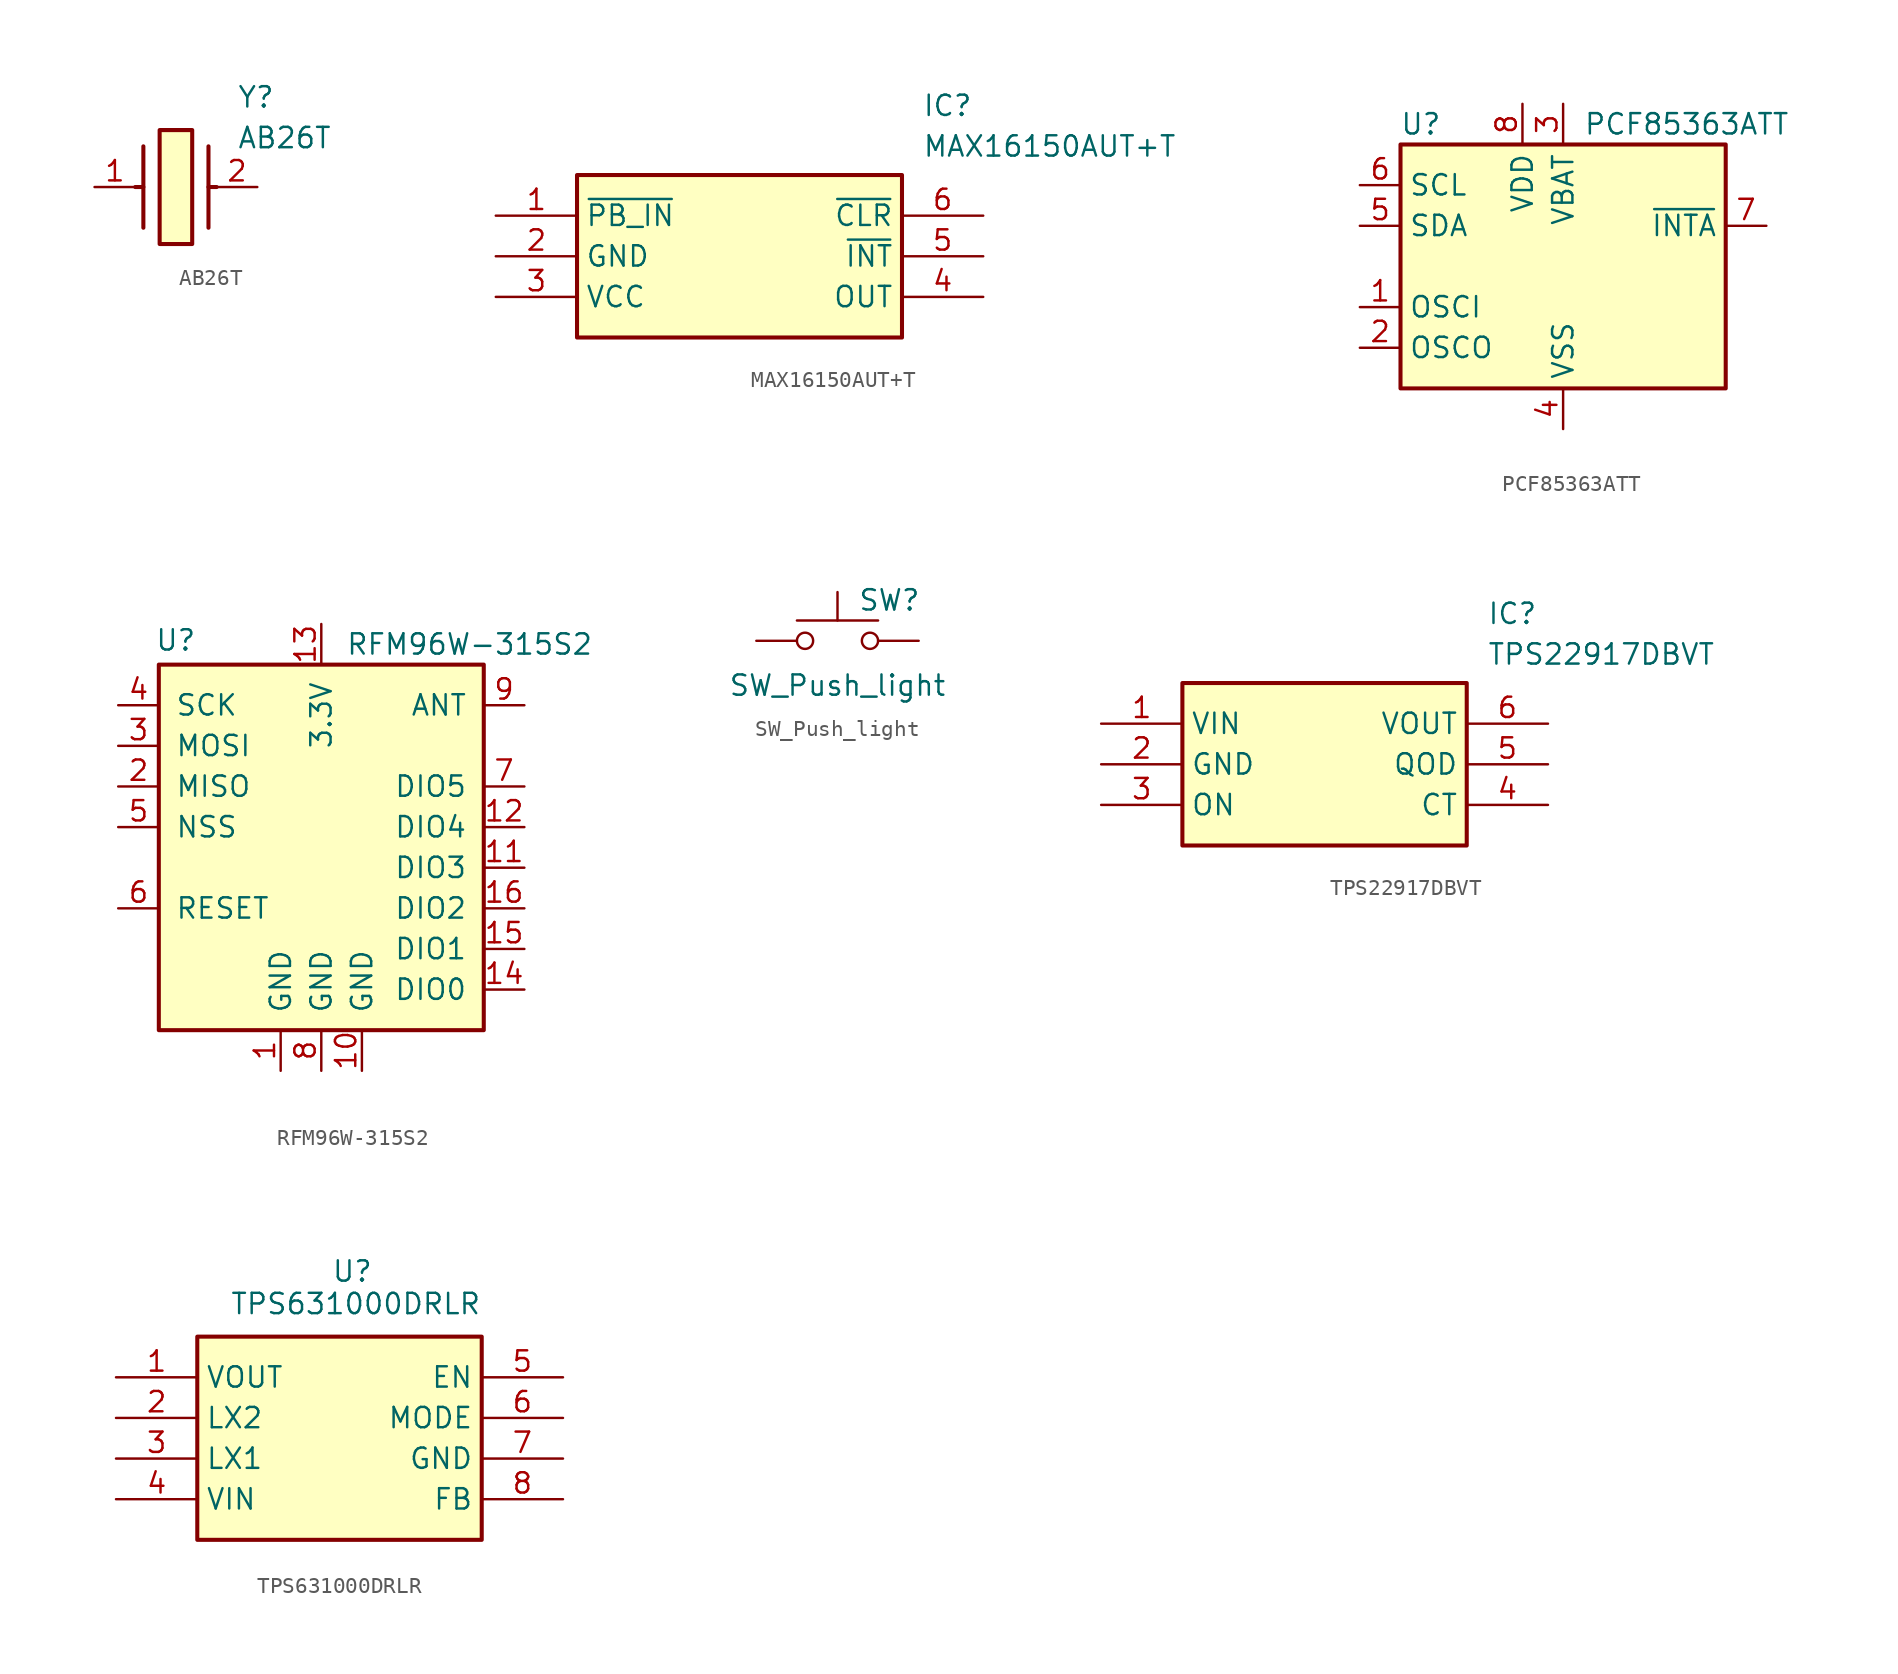
<source format=kicad_sym>
(kicad_symbol_lib
  (version 20231120)
  (generator "kicad_symbol_editor")
  (generator_version "8.0")
  (symbol "AB26T"
    (pin_names hide)
    (property "Reference" "Y"
      (at 8.89 6.35 0)
      (effects (font (size 1.27 1.27)) (justify left top)))
    (property "Value" "AB26T"
      (at 8.89 3.81 0)
      (effects (font (size 1.27 1.27)) (justify left top)))
    (symbol "AB26T_1_1"
      (polyline (pts (xy 3.048 0) (xy 2.54 0)) (stroke (width 0.254) (type default)) (fill (type none)))
      (polyline (pts (xy 3.048 2.54) (xy 3.048 -2.54)) (stroke (width 0.254) (type default)) (fill (type none)))
      (polyline (pts (xy 7.112 0) (xy 7.62 0)) (stroke (width 0.254) (type default)) (fill (type none)))
      (polyline (pts (xy 7.112 2.54) (xy 7.112 -2.54)) (stroke (width 0.254) (type default)) (fill (type none)))
      (rectangle (start 4.064 3.556) (end 6.096 -3.556) (stroke (width 0.254) (type default)) (fill (type background)))
      (pin passive line (at 0 0 0) (length 2.54) (name "1" (effects (font (size 1.27 1.27)))) (number "1" (effects (font (size 1.27 1.27)))))
      (pin passive line (at 10.16 0 180) (length 2.54) (name "2" (effects (font (size 1.27 1.27)))) (number "2" (effects (font (size 1.27 1.27)))))))
  (symbol "MAX16150AUT+T"
    (property "Reference" "IC"
      (at 26.67 7.62 0)
      (effects (font (size 1.27 1.27)) (justify left top)))
    (property "Value" "MAX16150AUT+T"
      (at 26.67 5.08 0)
      (effects (font (size 1.27 1.27)) (justify left top)))
    (symbol "MAX16150AUT+T_1_1"
      (rectangle (start 5.08 2.54) (end 25.4 -7.62) (stroke (width 0.254) (type default)) (fill (type background)))
      (pin passive line (at 0 0 0) (length 5.08) (name "~{PB_IN}" (effects (font (size 1.27 1.27)))) (number "1" (effects (font (size 1.27 1.27)))))
      (pin passive line (at 0 -2.54 0) (length 5.08) (name "GND" (effects (font (size 1.27 1.27)))) (number "2" (effects (font (size 1.27 1.27)))))
      (pin passive line (at 0 -5.08 0) (length 5.08) (name "VCC" (effects (font (size 1.27 1.27)))) (number "3" (effects (font (size 1.27 1.27)))))
      (pin passive line (at 30.48 -5.08 180) (length 5.08) (name "OUT" (effects (font (size 1.27 1.27)))) (number "4" (effects (font (size 1.27 1.27)))))
      (pin passive line (at 30.48 -2.54 180) (length 5.08) (name "~{INT}" (effects (font (size 1.27 1.27)))) (number "5" (effects (font (size 1.27 1.27)))))
      (pin passive line (at 30.48 0 180) (length 5.08) (name "~{CLR}" (effects (font (size 1.27 1.27)))) (number "6" (effects (font (size 1.27 1.27)))))))
  (symbol "PCF85363ATT"
    (property "Reference" "U"
      (at -8.89 8.89 0)
      (effects (font (size 1.27 1.27))))
    (property "Value" "PCF85363ATT"
      (at 1.27 8.89 0)
      (effects (font (size 1.27 1.27)) (justify left)))
    (symbol "PCF85363ATT_0_1"
      (rectangle (start -10.16 7.62) (end 10.16 -7.62) (stroke (width 0.254) (type default)) (fill (type background))))
    (symbol "PCF85363ATT_1_1"
      (pin input line (at -12.7 -2.54 0) (length 2.54) (name "OSCI" (effects (font (size 1.27 1.27)))) (number "1" (effects (font (size 1.27 1.27)))))
      (pin output line (at -12.7 -5.08 0) (length 2.54) (name "OSCO" (effects (font (size 1.27 1.27)))) (number "2" (effects (font (size 1.27 1.27)))))
      (pin power_in line (at 0 10.16 270) (length 2.54) (name "VBAT" (effects (font (size 1.27 1.27)))) (number "3" (effects (font (size 1.27 1.27)))))
      (pin power_in line (at 0 -10.16 90) (length 2.54) (name "VSS" (effects (font (size 1.27 1.27)))) (number "4" (effects (font (size 1.27 1.27)))))
      (pin bidirectional line (at -12.7 2.54 0) (length 2.54) (name "SDA" (effects (font (size 1.27 1.27)))) (number "5" (effects (font (size 1.27 1.27)))))
      (pin input line (at -12.7 5.08 0) (length 2.54) (name "SCL" (effects (font (size 1.27 1.27)))) (number "6" (effects (font (size 1.27 1.27)))))
      (pin open_collector line (at 12.7 2.54 180) (length 2.54) (name "~{INTA}" (effects (font (size 1.27 1.27)))) (number "7" (effects (font (size 1.27 1.27)))))
      (pin power_in line (at -2.54 10.16 270) (length 2.54) (name "VDD" (effects (font (size 1.27 1.27)))) (number "8" (effects (font (size 1.27 1.27)))))))
  (symbol "RFM96W-315S2"
    (pin_names
      (offset 1.016))
    (property "Reference" "U"
      (at -10.414 11.684 0)
      (effects (font (size 1.27 1.27)) (justify left)))
    (property "Value" "RFM96W-315S2"
      (at 1.524 11.43 0)
      (effects (font (size 1.27 1.27)) (justify left)))
    (symbol "RFM96W-315S2_0_1"
      (rectangle (start -10.16 10.16) (end 10.16 -12.7) (stroke (width 0.254) (type default)) (fill (type background))))
    (symbol "RFM96W-315S2_1_1"
      (pin power_in line (at -2.54 -15.24 90) (length 2.54) (name "GND" (effects (font (size 1.27 1.27)))) (number "1" (effects (font (size 1.27 1.27)))))
      (pin power_in line (at 2.54 -15.24 90) (length 2.54) (name "GND" (effects (font (size 1.27 1.27)))) (number "10" (effects (font (size 1.27 1.27)))))
      (pin bidirectional line (at 12.7 -2.54 180) (length 2.54) (name "DIO3" (effects (font (size 1.27 1.27)))) (number "11" (effects (font (size 1.27 1.27)))))
      (pin bidirectional line (at 12.7 0 180) (length 2.54) (name "DIO4" (effects (font (size 1.27 1.27)))) (number "12" (effects (font (size 1.27 1.27)))))
      (pin power_in line (at 0 12.7 270) (length 2.54) (name "3.3V" (effects (font (size 1.27 1.27)))) (number "13" (effects (font (size 1.27 1.27)))))
      (pin bidirectional line (at 12.7 -10.16 180) (length 2.54) (name "DIO0" (effects (font (size 1.27 1.27)))) (number "14" (effects (font (size 1.27 1.27)))))
      (pin bidirectional line (at 12.7 -7.62 180) (length 2.54) (name "DIO1" (effects (font (size 1.27 1.27)))) (number "15" (effects (font (size 1.27 1.27)))))
      (pin bidirectional line (at 12.7 -5.08 180) (length 2.54) (name "DIO2" (effects (font (size 1.27 1.27)))) (number "16" (effects (font (size 1.27 1.27)))))
      (pin output line (at -12.7 2.54 0) (length 2.54) (name "MISO" (effects (font (size 1.27 1.27)))) (number "2" (effects (font (size 1.27 1.27)))))
      (pin input line (at -12.7 5.08 0) (length 2.54) (name "MOSI" (effects (font (size 1.27 1.27)))) (number "3" (effects (font (size 1.27 1.27)))))
      (pin input line (at -12.7 7.62 0) (length 2.54) (name "SCK" (effects (font (size 1.27 1.27)))) (number "4" (effects (font (size 1.27 1.27)))))
      (pin input line (at -12.7 0 0) (length 2.54) (name "NSS" (effects (font (size 1.27 1.27)))) (number "5" (effects (font (size 1.27 1.27)))))
      (pin bidirectional line (at -12.7 -5.08 0) (length 2.54) (name "RESET" (effects (font (size 1.27 1.27)))) (number "6" (effects (font (size 1.27 1.27)))))
      (pin bidirectional line (at 12.7 2.54 180) (length 2.54) (name "DIO5" (effects (font (size 1.27 1.27)))) (number "7" (effects (font (size 1.27 1.27)))))
      (pin power_in line (at 0 -15.24 90) (length 2.54) (name "GND" (effects (font (size 1.27 1.27)))) (number "8" (effects (font (size 1.27 1.27)))))
      (pin bidirectional line (at 12.7 7.62 180) (length 2.54) (name "ANT" (effects (font (size 1.27 1.27)))) (number "9" (effects (font (size 1.27 1.27)))))))
  (symbol "SW_Push_light"
    (pin_numbers hide)
    (pin_names
      (offset 1.016) hide)
    (property "Reference" "SW"
      (at 1.27 2.54 0)
      (effects (font (size 1.27 1.27)) (justify left)))
    (property "Value" "SW_Push_light"
      (at 0 -2.794 0)
      (effects (font (size 1.27 1.27))))
    (symbol "SW_Push_light_0_1"
      (circle (center -2.032 0) (radius 0.508) (stroke (width 0) (type default)) (fill (type none)))
      (polyline (pts (xy 0 1.27) (xy 0 3.048)) (stroke (width 0) (type default)) (fill (type none)))
      (polyline (pts (xy 2.54 1.27) (xy -2.54 1.27)) (stroke (width 0) (type default)) (fill (type none)))
      (circle (center 2.032 0) (radius 0.508) (stroke (width 0) (type default)) (fill (type none)))
      (pin passive line (at -5.08 0 0) (length 2.54) (name "1" (effects (font (size 1.27 1.27)))) (number "1" (effects (font (size 1.27 1.27))))))
    (symbol "SW_Push_light_1_1"
      (pin passive line (at 5.08 0 180) (length 2.54) (name "1" (effects (font (size 1.27 1.27)))) (number "2" (effects (font (size 1.27 1.27)))))))
  (symbol "TPS22917DBVT"
    (property "Reference" "IC"
      (at 24.13 7.62 0)
      (effects (font (size 1.27 1.27)) (justify left top)))
    (property "Value" "TPS22917DBVT"
      (at 24.13 5.08 0)
      (effects (font (size 1.27 1.27)) (justify left top)))
    (symbol "TPS22917DBVT_1_1"
      (rectangle (start 5.08 2.54) (end 22.86 -7.62) (stroke (width 0.254) (type default)) (fill (type background)))
      (pin passive line (at 0 0 0) (length 5.08) (name "VIN" (effects (font (size 1.27 1.27)))) (number "1" (effects (font (size 1.27 1.27)))))
      (pin passive line (at 0 -2.54 0) (length 5.08) (name "GND" (effects (font (size 1.27 1.27)))) (number "2" (effects (font (size 1.27 1.27)))))
      (pin passive line (at 0 -5.08 0) (length 5.08) (name "ON" (effects (font (size 1.27 1.27)))) (number "3" (effects (font (size 1.27 1.27)))))
      (pin passive line (at 27.94 -5.08 180) (length 5.08) (name "CT" (effects (font (size 1.27 1.27)))) (number "4" (effects (font (size 1.27 1.27)))))
      (pin passive line (at 27.94 -2.54 180) (length 5.08) (name "QOD" (effects (font (size 1.27 1.27)))) (number "5" (effects (font (size 1.27 1.27)))))
      (pin passive line (at 27.94 0 180) (length 5.08) (name "VOUT" (effects (font (size 1.27 1.27)))) (number "6" (effects (font (size 1.27 1.27)))))))
  (symbol "TPS631000DRLR"
    (property "Reference" "U"
      (at 13.462 7.366 0)
      (effects (font (size 1.27 1.27)) (justify left top)))
    (property "Value" "TPS631000DRLR"
      (at 7.112 5.334 0)
      (effects (font (size 1.27 1.27)) (justify left top)))
    (symbol "TPS631000DRLR_1_1"
      (rectangle (start 5.08 2.54) (end 22.86 -10.16) (stroke (width 0.254) (type default)) (fill (type background)))
      (pin passive line (at 0 0 0) (length 5.08) (name "VOUT" (effects (font (size 1.27 1.27)))) (number "1" (effects (font (size 1.27 1.27)))))
      (pin passive line (at 0 -2.54 0) (length 5.08) (name "LX2" (effects (font (size 1.27 1.27)))) (number "2" (effects (font (size 1.27 1.27)))))
      (pin passive line (at 0 -5.08 0) (length 5.08) (name "LX1" (effects (font (size 1.27 1.27)))) (number "3" (effects (font (size 1.27 1.27)))))
      (pin passive line (at 0 -7.62 0) (length 5.08) (name "VIN" (effects (font (size 1.27 1.27)))) (number "4" (effects (font (size 1.27 1.27)))))
      (pin passive line (at 27.94 0 180) (length 5.08) (name "EN" (effects (font (size 1.27 1.27)))) (number "5" (effects (font (size 1.27 1.27)))))
      (pin passive line (at 27.94 -2.54 180) (length 5.08) (name "MODE" (effects (font (size 1.27 1.27)))) (number "6" (effects (font (size 1.27 1.27)))))
      (pin passive line (at 27.94 -5.08 180) (length 5.08) (name "GND" (effects (font (size 1.27 1.27)))) (number "7" (effects (font (size 1.27 1.27)))))
      (pin passive line (at 27.94 -7.62 180) (length 5.08) (name "FB" (effects (font (size 1.27 1.27)))) (number "8" (effects (font (size 1.27 1.27))))))))
</source>
